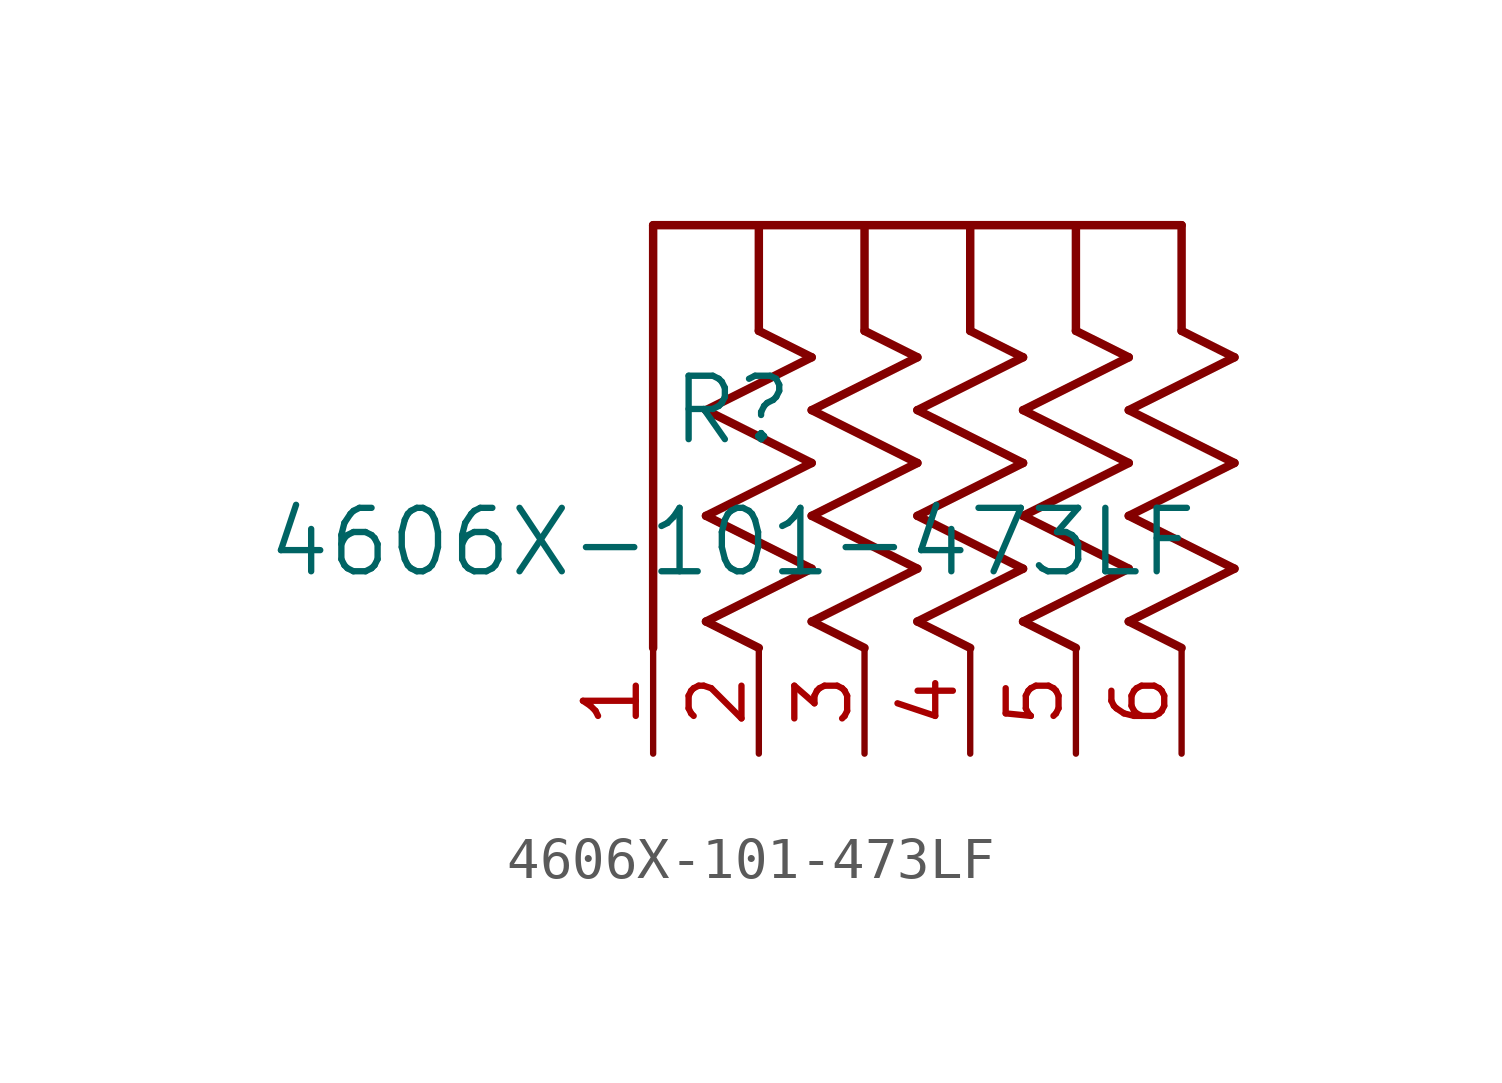
<source format=kicad_sym>
(kicad_symbol_lib
  (version 20211014)
  (generator kicad_symbol_editor)
  (symbol "4606X-101-473LF"
    (pin_names
      (offset 0.254))
    (property "Reference" "R"
      (at 1.905 8.255 0)
      (effects (font (size 1.524 1.524))))
    (property "Value" "4606X-101-473LF"
      (at 1.905 5.08 0)
      (effects (font (size 1.524 1.524))))
    (symbol "4606X-101-473LF_0_1"
      (polyline (pts (xy 2.54 10.16) (xy 3.81 9.525)) (stroke (width 0.203) (type default) (color 0 0 0 0)) (fill (type none)))
      (polyline (pts (xy 3.81 9.525) (xy 1.27 8.255)) (stroke (width 0.203) (type default) (color 0 0 0 0)) (fill (type none)))
      (polyline (pts (xy 1.27 8.255) (xy 3.81 6.985)) (stroke (width 0.203) (type default) (color 0 0 0 0)) (fill (type none)))
      (polyline (pts (xy 3.81 6.985) (xy 1.27 5.715)) (stroke (width 0.203) (type default) (color 0 0 0 0)) (fill (type none)))
      (polyline (pts (xy 3.81 4.445) (xy 1.27 3.175)) (stroke (width 0.203) (type default) (color 0 0 0 0)) (fill (type none)))
      (polyline (pts (xy 1.27 3.175) (xy 2.54 2.54)) (stroke (width 0.203) (type default) (color 0 0 0 0)) (fill (type none)))
      (polyline (pts (xy 0 2.54) (xy 0 12.7)) (stroke (width 0.203) (type default) (color 0 0 0 0)) (fill (type none)))
      (polyline (pts (xy 0 12.7) (xy 12.7 12.7)) (stroke (width 0.203) (type default) (color 0 0 0 0)) (fill (type none)))
      (polyline (pts (xy 1.27 5.715) (xy 3.81 4.445)) (stroke (width 0.203) (type default) (color 0 0 0 0)) (fill (type none)))
      (polyline (pts (xy 2.54 12.7) (xy 2.54 10.16)) (stroke (width 0.203) (type default) (color 0 0 0 0)) (fill (type none)))
      (polyline (pts (xy 5.08 10.16) (xy 6.35 9.525)) (stroke (width 0.203) (type default) (color 0 0 0 0)) (fill (type none)))
      (polyline (pts (xy 6.35 9.525) (xy 3.81 8.255)) (stroke (width 0.203) (type default) (color 0 0 0 0)) (fill (type none)))
      (polyline (pts (xy 3.81 8.255) (xy 6.35 6.985)) (stroke (width 0.203) (type default) (color 0 0 0 0)) (fill (type none)))
      (polyline (pts (xy 6.35 6.985) (xy 3.81 5.715)) (stroke (width 0.203) (type default) (color 0 0 0 0)) (fill (type none)))
      (polyline (pts (xy 6.35 4.445) (xy 3.81 3.175)) (stroke (width 0.203) (type default) (color 0 0 0 0)) (fill (type none)))
      (polyline (pts (xy 3.81 3.175) (xy 5.08 2.54)) (stroke (width 0.203) (type default) (color 0 0 0 0)) (fill (type none)))
      (polyline (pts (xy 3.81 5.715) (xy 6.35 4.445)) (stroke (width 0.203) (type default) (color 0 0 0 0)) (fill (type none)))
      (polyline (pts (xy 5.08 12.7) (xy 5.08 10.16)) (stroke (width 0.203) (type default) (color 0 0 0 0)) (fill (type none)))
      (polyline (pts (xy 7.62 10.16) (xy 8.89 9.525)) (stroke (width 0.203) (type default) (color 0 0 0 0)) (fill (type none)))
      (polyline (pts (xy 8.89 9.525) (xy 6.35 8.255)) (stroke (width 0.203) (type default) (color 0 0 0 0)) (fill (type none)))
      (polyline (pts (xy 6.35 8.255) (xy 8.89 6.985)) (stroke (width 0.203) (type default) (color 0 0 0 0)) (fill (type none)))
      (polyline (pts (xy 8.89 6.985) (xy 6.35 5.715)) (stroke (width 0.203) (type default) (color 0 0 0 0)) (fill (type none)))
      (polyline (pts (xy 8.89 4.445) (xy 6.35 3.175)) (stroke (width 0.203) (type default) (color 0 0 0 0)) (fill (type none)))
      (polyline (pts (xy 6.35 3.175) (xy 7.62 2.54)) (stroke (width 0.203) (type default) (color 0 0 0 0)) (fill (type none)))
      (polyline (pts (xy 6.35 5.715) (xy 8.89 4.445)) (stroke (width 0.203) (type default) (color 0 0 0 0)) (fill (type none)))
      (polyline (pts (xy 7.62 12.7) (xy 7.62 10.16)) (stroke (width 0.203) (type default) (color 0 0 0 0)) (fill (type none)))
      (polyline (pts (xy 10.16 10.16) (xy 11.43 9.525)) (stroke (width 0.203) (type default) (color 0 0 0 0)) (fill (type none)))
      (polyline (pts (xy 11.43 9.525) (xy 8.89 8.255)) (stroke (width 0.203) (type default) (color 0 0 0 0)) (fill (type none)))
      (polyline (pts (xy 8.89 8.255) (xy 11.43 6.985)) (stroke (width 0.203) (type default) (color 0 0 0 0)) (fill (type none)))
      (polyline (pts (xy 11.43 6.985) (xy 8.89 5.715)) (stroke (width 0.203) (type default) (color 0 0 0 0)) (fill (type none)))
      (polyline (pts (xy 11.43 4.445) (xy 8.89 3.175)) (stroke (width 0.203) (type default) (color 0 0 0 0)) (fill (type none)))
      (polyline (pts (xy 8.89 3.175) (xy 10.16 2.54)) (stroke (width 0.203) (type default) (color 0 0 0 0)) (fill (type none)))
      (polyline (pts (xy 8.89 5.715) (xy 11.43 4.445)) (stroke (width 0.203) (type default) (color 0 0 0 0)) (fill (type none)))
      (polyline (pts (xy 10.16 12.7) (xy 10.16 10.16)) (stroke (width 0.203) (type default) (color 0 0 0 0)) (fill (type none)))
      (polyline (pts (xy 12.7 10.16) (xy 13.97 9.525)) (stroke (width 0.203) (type default) (color 0 0 0 0)) (fill (type none)))
      (polyline (pts (xy 13.97 9.525) (xy 11.43 8.255)) (stroke (width 0.203) (type default) (color 0 0 0 0)) (fill (type none)))
      (polyline (pts (xy 11.43 8.255) (xy 13.97 6.985)) (stroke (width 0.203) (type default) (color 0 0 0 0)) (fill (type none)))
      (polyline (pts (xy 13.97 6.985) (xy 11.43 5.715)) (stroke (width 0.203) (type default) (color 0 0 0 0)) (fill (type none)))
      (polyline (pts (xy 13.97 4.445) (xy 11.43 3.175)) (stroke (width 0.203) (type default) (color 0 0 0 0)) (fill (type none)))
      (polyline (pts (xy 11.43 3.175) (xy 12.7 2.54)) (stroke (width 0.203) (type default) (color 0 0 0 0)) (fill (type none)))
      (polyline (pts (xy 11.43 5.715) (xy 13.97 4.445)) (stroke (width 0.203) (type default) (color 0 0 0 0)) (fill (type none)))
      (polyline (pts (xy 12.7 12.7) (xy 12.7 10.16)) (stroke (width 0.203) (type default) (color 0 0 0 0)) (fill (type none)))
      (pin unspecified line (at 2.54 0 90) (length 2.54) (name "" (effects (font (size 1.27 1.27)))) (number "2" (effects (font (size 1.27 1.27)))))
      (pin unspecified line (at 0 0 90) (length 2.54) (name "" (effects (font (size 1.27 1.27)))) (number "1" (effects (font (size 1.27 1.27)))))
      (pin unspecified line (at 5.08 0 90) (length 2.54) (name "" (effects (font (size 1.27 1.27)))) (number "3" (effects (font (size 1.27 1.27)))))
      (pin unspecified line (at 7.62 0 90) (length 2.54) (name "" (effects (font (size 1.27 1.27)))) (number "4" (effects (font (size 1.27 1.27)))))
      (pin unspecified line (at 10.16 0 90) (length 2.54) (name "" (effects (font (size 1.27 1.27)))) (number "5" (effects (font (size 1.27 1.27)))))
      (pin unspecified line (at 12.7 0 90) (length 2.54) (name "" (effects (font (size 1.27 1.27)))) (number "6" (effects (font (size 1.27 1.27))))))))
</source>
